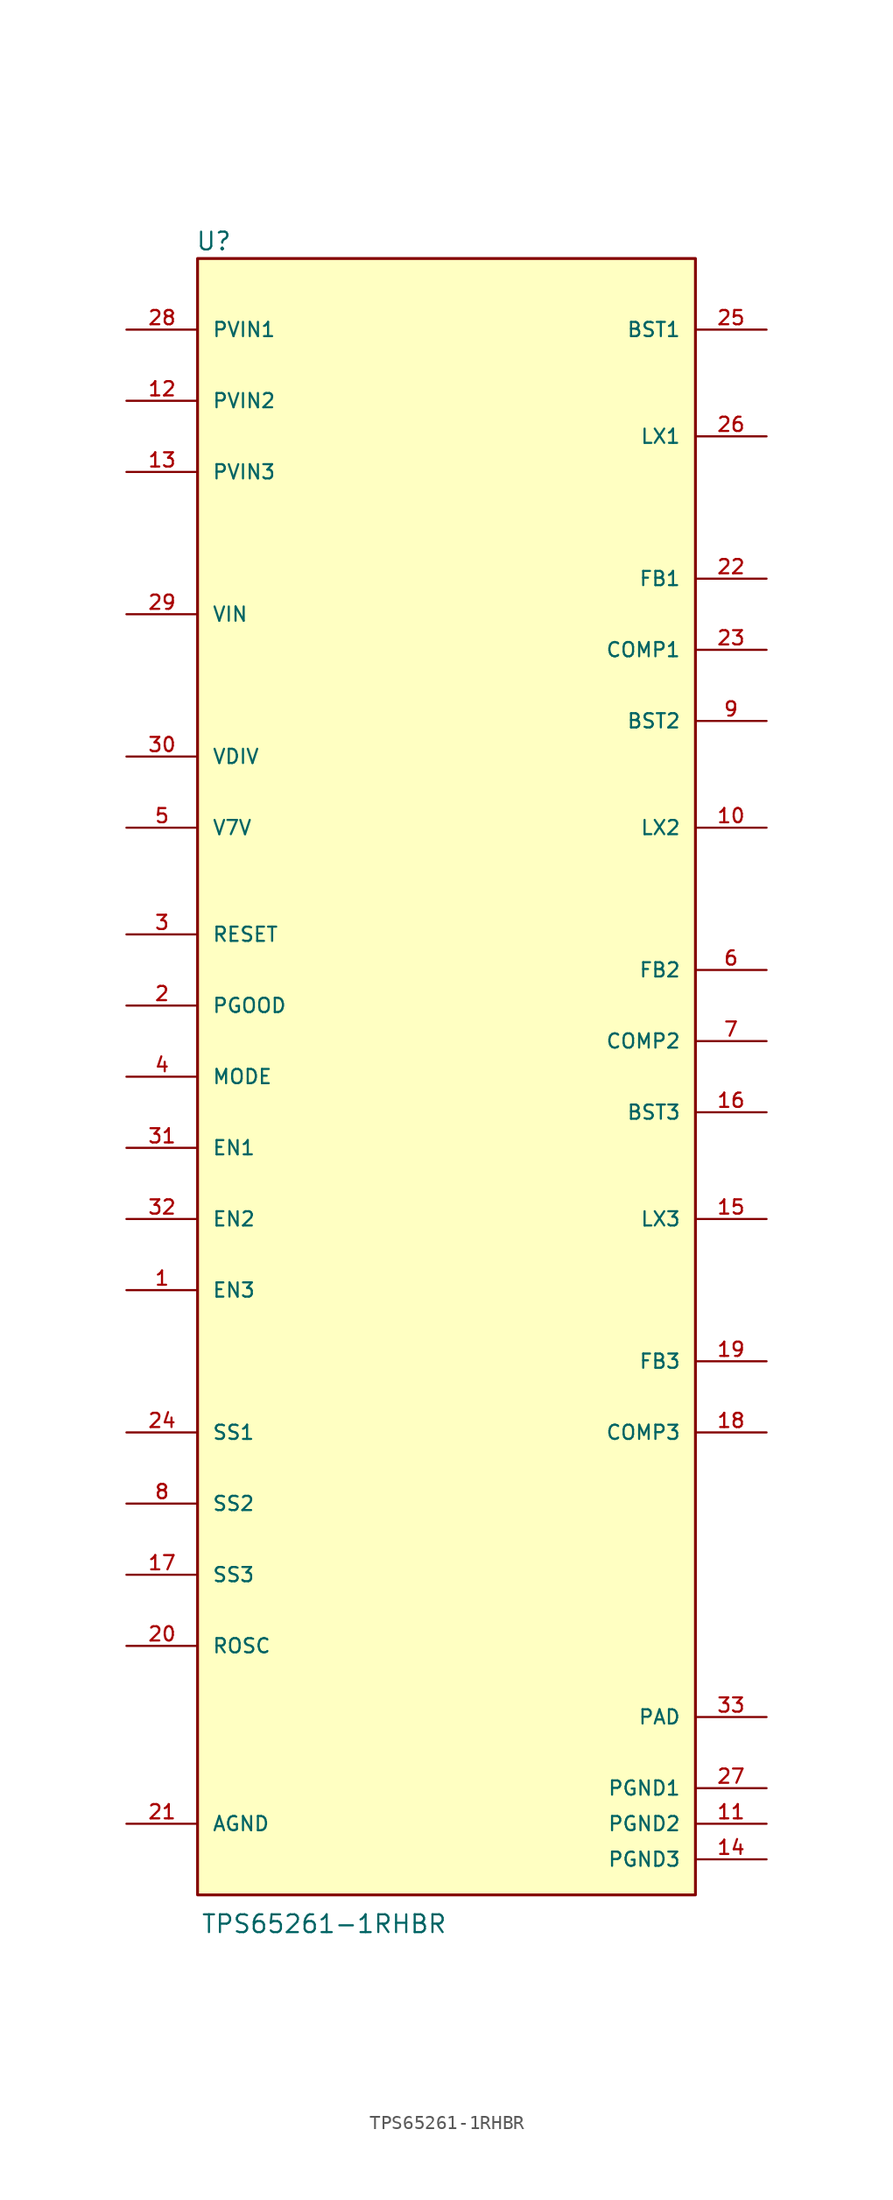
<source format=kicad_sym>
(kicad_symbol_lib
  (version 20211014)
  (generator kicad_symbol_editor)
  (symbol "TPS65261-1RHBR"
    (pin_names
      (offset 1.016))
    (property "Reference" "U"
      (at -17.932 58.903 0.0)
      (effects (font (size 1.27 1.27)) (justify bottom left)))
    (property "Value" "TPS65261-1RHBR"
      (at -17.551 -61.239 0.0)
      (effects (font (size 1.27 1.27)) (justify bottom left)))
    (symbol "TPS65261-1RHBR_0_0"
      (rectangle (start -17.78 -58.42) (end 17.78 58.42) (stroke (width 0.203)) (fill (type background)))
      (pin input line (at -22.86 -15.24 0) (length 5.08) (name "EN3" (effects (font (size 1.016 1.016)))) (number "1" (effects (font (size 1.016 1.016)))))
      (pin output line (at -22.86 5.08 0) (length 5.08) (name "PGOOD" (effects (font (size 1.016 1.016)))) (number "2" (effects (font (size 1.016 1.016)))))
      (pin input line (at -22.86 10.16 0) (length 5.08) (name "RESET" (effects (font (size 1.016 1.016)))) (number "3" (effects (font (size 1.016 1.016)))))
      (pin input line (at -22.86 0.0 0) (length 5.08) (name "MODE" (effects (font (size 1.016 1.016)))) (number "4" (effects (font (size 1.016 1.016)))))
      (pin power_in line (at -22.86 17.78 0) (length 5.08) (name "V7V" (effects (font (size 1.016 1.016)))) (number "5" (effects (font (size 1.016 1.016)))))
      (pin input line (at 22.86 7.62 180.0) (length 5.08) (name "FB2" (effects (font (size 1.016 1.016)))) (number "6" (effects (font (size 1.016 1.016)))))
      (pin output line (at 22.86 2.54 180.0) (length 5.08) (name "COMP2" (effects (font (size 1.016 1.016)))) (number "7" (effects (font (size 1.016 1.016)))))
      (pin input line (at -22.86 -30.48 0) (length 5.08) (name "SS2" (effects (font (size 1.016 1.016)))) (number "8" (effects (font (size 1.016 1.016)))))
      (pin power_in line (at 22.86 25.4 180.0) (length 5.08) (name "BST2" (effects (font (size 1.016 1.016)))) (number "9" (effects (font (size 1.016 1.016)))))
      (pin power_in line (at 22.86 17.78 180.0) (length 5.08) (name "LX2" (effects (font (size 1.016 1.016)))) (number "10" (effects (font (size 1.016 1.016)))))
      (pin power_in line (at 22.86 -53.34 180.0) (length 5.08) (name "PGND2" (effects (font (size 1.016 1.016)))) (number "11" (effects (font (size 1.016 1.016)))))
      (pin power_in line (at -22.86 48.26 0) (length 5.08) (name "PVIN2" (effects (font (size 1.016 1.016)))) (number "12" (effects (font (size 1.016 1.016)))))
      (pin power_in line (at -22.86 43.18 0) (length 5.08) (name "PVIN3" (effects (font (size 1.016 1.016)))) (number "13" (effects (font (size 1.016 1.016)))))
      (pin power_in line (at 22.86 -55.88 180.0) (length 5.08) (name "PGND3" (effects (font (size 1.016 1.016)))) (number "14" (effects (font (size 1.016 1.016)))))
      (pin power_in line (at 22.86 -10.16 180.0) (length 5.08) (name "LX3" (effects (font (size 1.016 1.016)))) (number "15" (effects (font (size 1.016 1.016)))))
      (pin power_in line (at 22.86 -2.54 180.0) (length 5.08) (name "BST3" (effects (font (size 1.016 1.016)))) (number "16" (effects (font (size 1.016 1.016)))))
      (pin input line (at -22.86 -35.56 0) (length 5.08) (name "SS3" (effects (font (size 1.016 1.016)))) (number "17" (effects (font (size 1.016 1.016)))))
      (pin output line (at 22.86 -25.4 180.0) (length 5.08) (name "COMP3" (effects (font (size 1.016 1.016)))) (number "18" (effects (font (size 1.016 1.016)))))
      (pin input line (at 22.86 -20.32 180.0) (length 5.08) (name "FB3" (effects (font (size 1.016 1.016)))) (number "19" (effects (font (size 1.016 1.016)))))
      (pin input line (at -22.86 -40.64 0) (length 5.08) (name "ROSC" (effects (font (size 1.016 1.016)))) (number "20" (effects (font (size 1.016 1.016)))))
      (pin power_in line (at -22.86 -53.34 0) (length 5.08) (name "AGND" (effects (font (size 1.016 1.016)))) (number "21" (effects (font (size 1.016 1.016)))))
      (pin input line (at 22.86 35.56 180.0) (length 5.08) (name "FB1" (effects (font (size 1.016 1.016)))) (number "22" (effects (font (size 1.016 1.016)))))
      (pin output line (at 22.86 30.48 180.0) (length 5.08) (name "COMP1" (effects (font (size 1.016 1.016)))) (number "23" (effects (font (size 1.016 1.016)))))
      (pin input line (at -22.86 -25.4 0) (length 5.08) (name "SS1" (effects (font (size 1.016 1.016)))) (number "24" (effects (font (size 1.016 1.016)))))
      (pin power_in line (at 22.86 53.34 180.0) (length 5.08) (name "BST1" (effects (font (size 1.016 1.016)))) (number "25" (effects (font (size 1.016 1.016)))))
      (pin power_in line (at 22.86 45.72 180.0) (length 5.08) (name "LX1" (effects (font (size 1.016 1.016)))) (number "26" (effects (font (size 1.016 1.016)))))
      (pin power_in line (at 22.86 -50.8 180.0) (length 5.08) (name "PGND1" (effects (font (size 1.016 1.016)))) (number "27" (effects (font (size 1.016 1.016)))))
      (pin power_in line (at -22.86 53.34 0) (length 5.08) (name "PVIN1" (effects (font (size 1.016 1.016)))) (number "28" (effects (font (size 1.016 1.016)))))
      (pin power_in line (at -22.86 33.02 0) (length 5.08) (name "VIN" (effects (font (size 1.016 1.016)))) (number "29" (effects (font (size 1.016 1.016)))))
      (pin input line (at -22.86 22.86 0) (length 5.08) (name "VDIV" (effects (font (size 1.016 1.016)))) (number "30" (effects (font (size 1.016 1.016)))))
      (pin input line (at -22.86 -5.08 0) (length 5.08) (name "EN1" (effects (font (size 1.016 1.016)))) (number "31" (effects (font (size 1.016 1.016)))))
      (pin input line (at -22.86 -10.16 0) (length 5.08) (name "EN2" (effects (font (size 1.016 1.016)))) (number "32" (effects (font (size 1.016 1.016)))))
      (pin passive line (at 22.86 -45.72 180.0) (length 5.08) (name "PAD" (effects (font (size 1.016 1.016)))) (number "33" (effects (font (size 1.016 1.016))))))))
</source>
